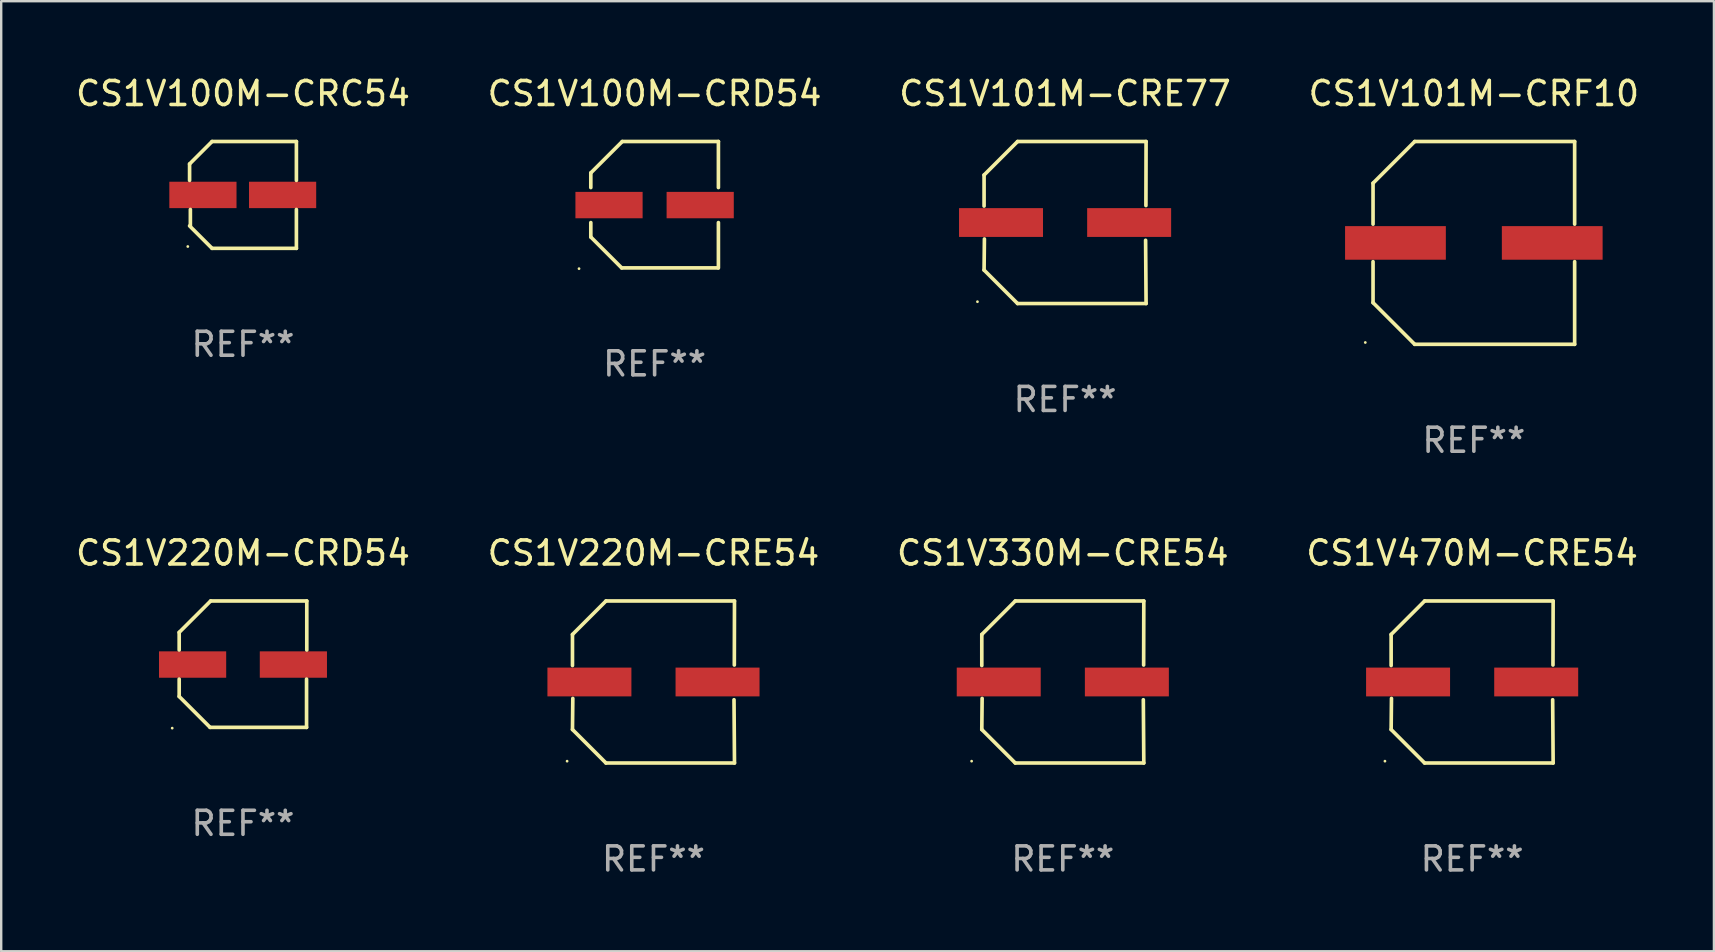
<source format=kicad_pcb>
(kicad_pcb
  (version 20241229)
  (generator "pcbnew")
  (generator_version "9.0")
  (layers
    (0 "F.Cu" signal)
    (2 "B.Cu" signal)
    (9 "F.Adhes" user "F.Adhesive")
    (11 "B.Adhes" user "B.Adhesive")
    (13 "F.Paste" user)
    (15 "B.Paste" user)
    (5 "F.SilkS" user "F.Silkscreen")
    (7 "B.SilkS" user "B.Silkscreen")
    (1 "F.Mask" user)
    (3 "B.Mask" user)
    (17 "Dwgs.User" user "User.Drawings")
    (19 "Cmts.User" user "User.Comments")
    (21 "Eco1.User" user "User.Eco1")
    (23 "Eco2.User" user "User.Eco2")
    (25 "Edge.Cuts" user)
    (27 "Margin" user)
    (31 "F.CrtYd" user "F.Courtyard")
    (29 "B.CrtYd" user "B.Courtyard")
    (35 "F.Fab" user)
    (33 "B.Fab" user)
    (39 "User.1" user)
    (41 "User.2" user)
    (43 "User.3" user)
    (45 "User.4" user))
  (footprint "CS1V101M-CRF10"
    (layer "F.Cu")
    (at 58.375 7.074)
    (property "Reference" "CS1V101M-CRF10" (at 0 -6.226 0) (layer "F.SilkS") (effects (font (size 1 1) (thickness 0.15))))
    (attr through_hole)
    (fp_line (start -4.201 -2.49) (end -4.201 -0.782) (stroke (width 0.152) (type solid)) (layer "F.SilkS"))
    (fp_line (start -4.201 2.49) (end -4.201 0.782) (stroke (width 0.152) (type solid)) (layer "F.SilkS"))
    (fp_line (start -2.465 -4.226) (end -4.201 -2.49) (stroke (width 0.152) (type solid)) (layer "F.SilkS"))
    (fp_line (start -2.465 4.226) (end -4.201 2.49) (stroke (width 0.152) (type solid)) (layer "F.SilkS"))
    (fp_line (start 4.201 -4.226) (end -2.465 -4.226) (stroke (width 0.152) (type solid)) (layer "F.SilkS"))
    (fp_line (start 4.201 -0.782) (end 4.201 -4.226) (stroke (width 0.152) (type solid)) (layer "F.SilkS"))
    (fp_line (start 4.201 0.782) (end 4.201 4.226) (stroke (width 0.152) (type solid)) (layer "F.SilkS"))
    (fp_line (start 4.201 4.226) (end -2.465 4.226) (stroke (width 0.152) (type solid)) (layer "F.SilkS"))
    (fp_circle (center -4.524 4.15) (end -4.494 4.15) (stroke (width 0.06) (type solid)) (fill no) (layer "F.SilkS"))
    (fp_text user "REF**" (at 0 8.226 0) (layer "F.Fab") (effects (font (size 1 1) (thickness 0.15))))
    (pad "1" smd rect (at -3.267 0) (size 4.2 1.4) (layers "F.Cu" "F.Mask" "F.Paste"))
    (pad "2" smd rect (at 3.267 0) (size 4.2 1.4) (layers "F.Cu" "F.Mask" "F.Paste")))
  (footprint "CS1V100M-CRD54"
    (layer "F.Cu")
    (at 24.232 5.482)
    (property "Reference" "CS1V100M-CRD54" (at 0 -4.634 0) (layer "F.SilkS") (effects (font (size 1 1) (thickness 0.15))))
    (attr through_hole)
    (fp_line (start -2.659 -1.326) (end -2.659 -0.715) (stroke (width 0.152) (type solid)) (layer "F.SilkS"))
    (fp_line (start -2.659 0.745) (end -2.659 1.346) (stroke (width 0.152) (type solid)) (layer "F.SilkS"))
    (fp_line (start -1.372 2.634) (end -2.659 1.346) (stroke (width 0.152) (type solid)) (layer "F.SilkS"))
    (fp_line (start -1.349 -2.634) (end -2.659 -1.326) (stroke (width 0.152) (type solid)) (layer "F.SilkS"))
    (fp_line (start 2.649 2.634) (end -1.372 2.634) (stroke (width 0.152) (type solid)) (layer "F.SilkS"))
    (fp_line (start 2.659 -2.634) (end -1.349 -2.634) (stroke (width 0.152) (type solid)) (layer "F.SilkS"))
    (fp_line (start 2.659 -2.634) (end 2.659 -0.715) (stroke (width 0.152) (type solid)) (layer "F.SilkS"))
    (fp_line (start 2.659 0.745) (end 2.659 2.634) (stroke (width 0.152) (type solid)) (layer "F.SilkS"))
    (fp_circle (center -3.15 2.665) (end -3.12 2.665) (stroke (width 0.06) (type solid)) (fill no) (layer "F.SilkS"))
    (fp_text user "REF**" (at 0 6.634 0) (layer "F.Fab") (effects (font (size 1 1) (thickness 0.15))))
    (pad "1" smd rect (at -1.9 0.015) (size 2.8 1.1) (layers "F.Cu" "F.Mask" "F.Paste"))
    (pad "2" smd rect (at 1.9 0.015) (size 2.8 1.1) (layers "F.Cu" "F.Mask" "F.Paste")))
  (footprint "CS1V220M-CRD54"
    (layer "F.Cu")
    (at 7.077 24.631)
    (property "Reference" "CS1V220M-CRD54" (at 0 -4.634 0) (layer "F.SilkS") (effects (font (size 1 1) (thickness 0.15))))
    (attr through_hole)
    (fp_line (start -2.659 -1.326) (end -2.659 -0.592) (stroke (width 0.152) (type solid)) (layer "F.SilkS"))
    (fp_line (start -2.659 1.346) (end -2.659 0.622) (stroke (width 0.152) (type solid)) (layer "F.SilkS"))
    (fp_line (start -1.372 2.634) (end -2.659 1.346) (stroke (width 0.152) (type solid)) (layer "F.SilkS"))
    (fp_line (start -1.349 -2.634) (end -2.659 -1.326) (stroke (width 0.152) (type solid)) (layer "F.SilkS"))
    (fp_line (start 2.649 0.622) (end 2.649 2.634) (stroke (width 0.152) (type solid)) (layer "F.SilkS"))
    (fp_line (start 2.649 2.634) (end -1.372 2.634) (stroke (width 0.152) (type solid)) (layer "F.SilkS"))
    (fp_line (start 2.659 -2.634) (end -1.349 -2.634) (stroke (width 0.152) (type solid)) (layer "F.SilkS"))
    (fp_line (start 2.659 -0.592) (end 2.659 -2.634) (stroke (width 0.152) (type solid)) (layer "F.SilkS"))
    (fp_circle (center -2.95 2.665) (end -2.92 2.665) (stroke (width 0.06) (type solid)) (fill no) (layer "F.SilkS"))
    (fp_text user "REF**" (at 0 6.634 0) (layer "F.Fab") (effects (font (size 1 1) (thickness 0.15))))
    (pad "1" smd rect (at -2.1 0.015) (size 2.8 1.1) (layers "F.Cu" "F.Mask" "F.Paste"))
    (pad "2" smd rect (at 2.1 0.015) (size 2.8 1.1) (layers "F.Cu" "F.Mask" "F.Paste")))
  (footprint "CS1V330M-CRE54"
    (layer "F.Cu")
    (at 41.244 25.373)
    (property "Reference" "CS1V330M-CRE54" (at 0 -5.376 0) (layer "F.SilkS") (effects (font (size 1 1) (thickness 0.15))))
    (attr through_hole)
    (fp_line (start -3.376 -1.98) (end -3.376 -0.686) (stroke (width 0.152) (type solid)) (layer "F.SilkS"))
    (fp_line (start -3.376 1.981) (end -3.362 0.686) (stroke (width 0.152) (type solid)) (layer "F.SilkS"))
    (fp_line (start -1.981 3.376) (end -3.376 1.981) (stroke (width 0.152) (type solid)) (layer "F.SilkS"))
    (fp_line (start -1.98 -3.376) (end -3.376 -1.98) (stroke (width 0.152) (type solid)) (layer "F.SilkS"))
    (fp_line (start 3.356 0.74) (end 3.376 3.376) (stroke (width 0.152) (type solid)) (layer "F.SilkS"))
    (fp_line (start 3.369 -0.707) (end 3.376 -3.376) (stroke (width 0.152) (type solid)) (layer "F.SilkS"))
    (fp_line (start 3.376 3.376) (end -1.981 3.376) (stroke (width 0.152) (type solid)) (layer "F.SilkS"))
    (fp_line (start 3.376 -3.376) (end -1.98 -3.376) (stroke (width 0.152) (type solid)) (layer "F.SilkS"))
    (fp_circle (center -3.8 3.3) (end -3.77 3.3) (stroke (width 0.06) (type solid)) (fill no) (layer "F.SilkS"))
    (fp_text user "REF**" (at 0 7.376 0) (layer "F.Fab") (effects (font (size 1 1) (thickness 0.15))))
    (pad "1" smd rect (at -2.67 0.000203) (size 3.5 1.2) (layers "F.Cu" "F.Mask" "F.Paste"))
    (pad "2" smd rect (at 2.67 0.000203) (size 3.5 1.2) (layers "F.Cu" "F.Mask" "F.Paste")))
  (footprint "CS1V100M-CRC54"
    (layer "F.Cu")
    (at 7.077 5.074)
    (property "Reference" "CS1V100M-CRC54" (at 0 -4.226 0) (layer "F.SilkS") (effects (font (size 1 1) (thickness 0.15))))
    (attr through_hole)
    (fp_line (start -2.226 -1.29) (end -2.226 -0.607) (stroke (width 0.152) (type solid)) (layer "F.SilkS"))
    (fp_line (start -2.193 1.29) (end -2.193 0.607) (stroke (width 0.152) (type solid)) (layer "F.SilkS"))
    (fp_line (start -1.29 2.226) (end -2.226 1.29) (stroke (width 0.152) (type solid)) (layer "F.SilkS"))
    (fp_line (start -1.29 -2.226) (end -2.226 -1.29) (stroke (width 0.152) (type solid)) (layer "F.SilkS"))
    (fp_line (start 2.226 -2.226) (end -1.29 -2.226) (stroke (width 0.152) (type solid)) (layer "F.SilkS"))
    (fp_line (start 2.226 -0.607) (end 2.226 -2.226) (stroke (width 0.152) (type solid)) (layer "F.SilkS"))
    (fp_line (start 2.226 0.607) (end 2.226 2.226) (stroke (width 0.152) (type solid)) (layer "F.SilkS"))
    (fp_line (start 2.226 2.226) (end -1.29 2.226) (stroke (width 0.152) (type solid)) (layer "F.SilkS"))
    (fp_circle (center -2.3 2.15) (end -2.27 2.15) (stroke (width 0.06) (type solid)) (fill no) (layer "F.SilkS"))
    (fp_text user "REF**" (at 0 6.226 0) (layer "F.Fab") (effects (font (size 1 1) (thickness 0.15))))
    (pad "1" smd rect (at -1.67 -0.000025) (size 2.8 1.1) (layers "F.Cu" "F.Mask" "F.Paste"))
    (pad "2" smd rect (at 1.651 -0.000025) (size 2.8 1.1) (layers "F.Cu" "F.Mask" "F.Paste")))
  (footprint "CS1V101M-CRE77"
    (layer "F.Cu")
    (at 41.339 6.224)
    (property "Reference" "CS1V101M-CRE77" (at 0 -5.376 0) (layer "F.SilkS") (effects (font (size 1 1) (thickness 0.15))))
    (attr through_hole)
    (fp_line (start -3.376 -1.98) (end -3.376 -0.686) (stroke (width 0.152) (type solid)) (layer "F.SilkS"))
    (fp_line (start -3.376 1.981) (end -3.362 0.686) (stroke (width 0.152) (type solid)) (layer "F.SilkS"))
    (fp_line (start -1.981 3.376) (end -3.376 1.981) (stroke (width 0.152) (type solid)) (layer "F.SilkS"))
    (fp_line (start -1.98 -3.376) (end -3.376 -1.98) (stroke (width 0.152) (type solid)) (layer "F.SilkS"))
    (fp_line (start 3.356 0.74) (end 3.376 3.376) (stroke (width 0.152) (type solid)) (layer "F.SilkS"))
    (fp_line (start 3.369 -0.707) (end 3.376 -3.376) (stroke (width 0.152) (type solid)) (layer "F.SilkS"))
    (fp_line (start 3.376 3.376) (end -1.981 3.376) (stroke (width 0.152) (type solid)) (layer "F.SilkS"))
    (fp_line (start 3.376 -3.376) (end -1.98 -3.376) (stroke (width 0.152) (type solid)) (layer "F.SilkS"))
    (fp_circle (center -3.652 3.3) (end -3.622 3.3) (stroke (width 0.06) (type solid)) (fill no) (layer "F.SilkS"))
    (fp_text user "REF**" (at 0 7.376 0) (layer "F.Fab") (effects (font (size 1 1) (thickness 0.15))))
    (pad "1" smd rect (at -2.67 0.000229) (size 3.5 1.2) (layers "F.Cu" "F.Mask" "F.Paste"))
    (pad "2" smd rect (at 2.67 0.000229) (size 3.5 1.2) (layers "F.Cu" "F.Mask" "F.Paste")))
  (footprint "CS1V220M-CRE54"
    (layer "F.Cu")
    (at 24.185 25.373)
    (property "Reference" "CS1V220M-CRE54" (at 0 -5.376 0) (layer "F.SilkS") (effects (font (size 1 1) (thickness 0.15))))
    (attr through_hole)
    (fp_line (start -3.376 -1.98) (end -3.376 -0.686) (stroke (width 0.152) (type solid)) (layer "F.SilkS"))
    (fp_line (start -3.376 1.981) (end -3.362 0.686) (stroke (width 0.152) (type solid)) (layer "F.SilkS"))
    (fp_line (start -1.981 3.376) (end -3.376 1.981) (stroke (width 0.152) (type solid)) (layer "F.SilkS"))
    (fp_line (start -1.98 -3.376) (end -3.376 -1.98) (stroke (width 0.152) (type solid)) (layer "F.SilkS"))
    (fp_line (start 3.356 0.74) (end 3.376 3.376) (stroke (width 0.152) (type solid)) (layer "F.SilkS"))
    (fp_line (start 3.369 -0.707) (end 3.376 -3.376) (stroke (width 0.152) (type solid)) (layer "F.SilkS"))
    (fp_line (start 3.376 3.376) (end -1.981 3.376) (stroke (width 0.152) (type solid)) (layer "F.SilkS"))
    (fp_line (start 3.376 -3.376) (end -1.98 -3.376) (stroke (width 0.152) (type solid)) (layer "F.SilkS"))
    (fp_circle (center -3.6 3.3) (end -3.57 3.3) (stroke (width 0.06) (type solid)) (fill no) (layer "F.SilkS"))
    (fp_text user "REF**" (at 0 7.376 0) (layer "F.Fab") (effects (font (size 1 1) (thickness 0.15))))
    (pad "1" smd rect (at -2.67 0.000152) (size 3.5 1.2) (layers "F.Cu" "F.Mask" "F.Paste"))
    (pad "2" smd rect (at 2.67 0.000152) (size 3.5 1.2) (layers "F.Cu" "F.Mask" "F.Paste")))
  (footprint "CS1V470M-CRE54"
    (layer "F.Cu")
    (at 58.304 25.373)
    (property "Reference" "CS1V470M-CRE54" (at 0 -5.376 0) (layer "F.SilkS") (effects (font (size 1 1) (thickness 0.15))))
    (attr through_hole)
    (fp_line (start -3.376 -1.98) (end -3.376 -0.686) (stroke (width 0.152) (type solid)) (layer "F.SilkS"))
    (fp_line (start -3.376 1.981) (end -3.362 0.686) (stroke (width 0.152) (type solid)) (layer "F.SilkS"))
    (fp_line (start -1.981 3.376) (end -3.376 1.981) (stroke (width 0.152) (type solid)) (layer "F.SilkS"))
    (fp_line (start -1.98 -3.376) (end -3.376 -1.98) (stroke (width 0.152) (type solid)) (layer "F.SilkS"))
    (fp_line (start 3.356 0.74) (end 3.376 3.376) (stroke (width 0.152) (type solid)) (layer "F.SilkS"))
    (fp_line (start 3.369 -0.707) (end 3.376 -3.376) (stroke (width 0.152) (type solid)) (layer "F.SilkS"))
    (fp_line (start 3.376 3.376) (end -1.981 3.376) (stroke (width 0.152) (type solid)) (layer "F.SilkS"))
    (fp_line (start 3.376 -3.376) (end -1.98 -3.376) (stroke (width 0.152) (type solid)) (layer "F.SilkS"))
    (fp_circle (center -3.634 3.3) (end -3.604 3.3) (stroke (width 0.06) (type solid)) (fill no) (layer "F.SilkS"))
    (fp_text user "REF**" (at 0 7.376 0) (layer "F.Fab") (effects (font (size 1 1) (thickness 0.15))))
    (pad "1" smd rect (at -2.67 0.000254) (size 3.5 1.2) (layers "F.Cu" "F.Mask" "F.Paste"))
    (pad "2" smd rect (at 2.67 0.000254) (size 3.5 1.2) (layers "F.Cu" "F.Mask" "F.Paste")))
  (gr_rect
    (start -3 -3)
    (end 68.381 36.597)
    (stroke (width 0.1) (type default))
    (fill no)
    (layer "Edge.Cuts")))
</source>
